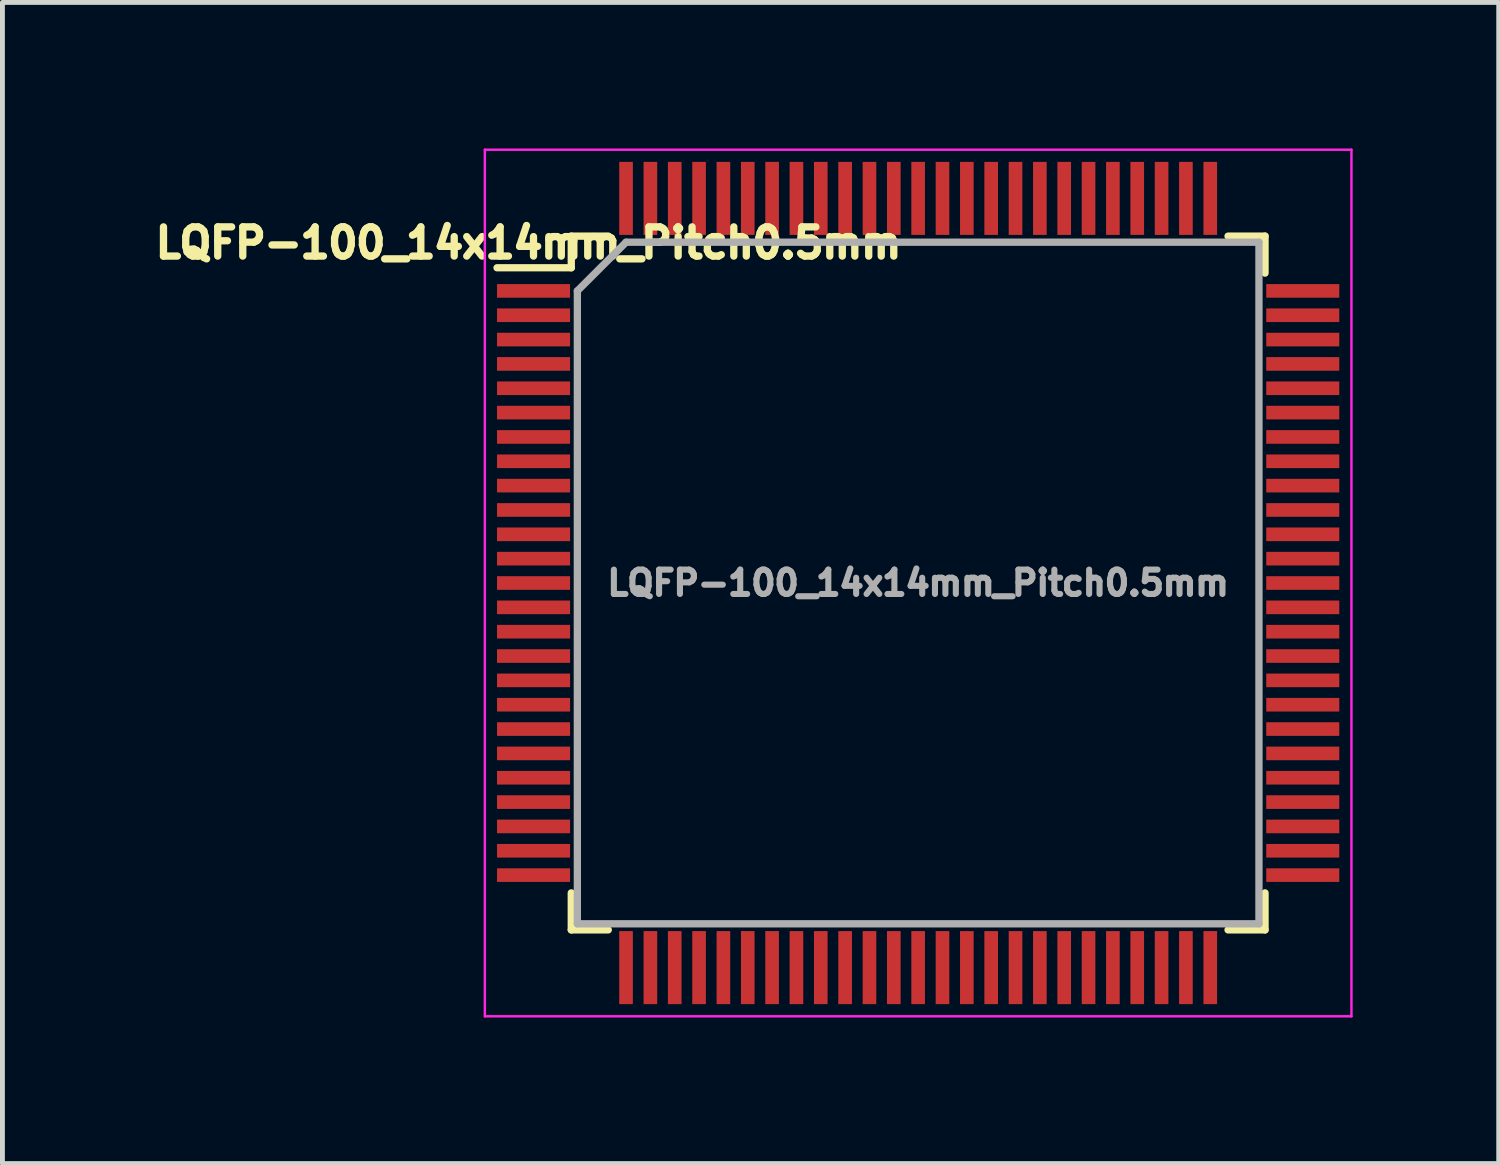
<source format=kicad_pcb>
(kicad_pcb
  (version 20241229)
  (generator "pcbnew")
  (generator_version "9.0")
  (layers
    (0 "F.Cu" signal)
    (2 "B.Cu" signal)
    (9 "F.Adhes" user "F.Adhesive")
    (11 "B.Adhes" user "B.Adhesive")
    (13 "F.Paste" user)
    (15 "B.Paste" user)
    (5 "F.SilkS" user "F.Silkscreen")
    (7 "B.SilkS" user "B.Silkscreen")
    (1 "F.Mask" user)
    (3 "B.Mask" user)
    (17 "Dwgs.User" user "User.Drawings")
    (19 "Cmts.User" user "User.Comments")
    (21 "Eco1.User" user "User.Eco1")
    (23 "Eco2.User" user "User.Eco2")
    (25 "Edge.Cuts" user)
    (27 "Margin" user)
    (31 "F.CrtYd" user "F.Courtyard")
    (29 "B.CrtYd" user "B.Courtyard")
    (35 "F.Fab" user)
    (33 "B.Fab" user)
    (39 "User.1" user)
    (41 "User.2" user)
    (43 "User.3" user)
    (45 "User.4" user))
  (footprint "LQFP-100_14x14mm_Pitch0.5mm"
    (layer "F.Cu")
    (at 15.809 8.925)
    (property "Reference" "LQFP-100_14x14mm_Pitch0.5mm" (at -8.001 -6.985 0) (layer "F.SilkS") (effects (font (size 0.6 0.6) (thickness 0.15))))
    (attr smd)
    (fp_line (start -7.125 -7.125) (end -7.125 -6.475) (stroke (width 0.15) (type solid)) (layer "F.SilkS"))
    (fp_line (start -7.125 -7.125) (end -6.365 -7.125) (stroke (width 0.15) (type solid)) (layer "F.SilkS"))
    (fp_line (start -7.125 -6.475) (end -8.65 -6.475) (stroke (width 0.15) (type solid)) (layer "F.SilkS"))
    (fp_line (start -7.125 7.125) (end -7.125 6.365) (stroke (width 0.15) (type solid)) (layer "F.SilkS"))
    (fp_line (start -7.125 7.125) (end -6.365 7.125) (stroke (width 0.15) (type solid)) (layer "F.SilkS"))
    (fp_line (start 7.125 -7.125) (end 6.365 -7.125) (stroke (width 0.15) (type solid)) (layer "F.SilkS"))
    (fp_line (start 7.125 -7.125) (end 7.125 -6.365) (stroke (width 0.15) (type solid)) (layer "F.SilkS"))
    (fp_line (start 7.125 7.125) (end 6.365 7.125) (stroke (width 0.15) (type solid)) (layer "F.SilkS"))
    (fp_line (start 7.125 7.125) (end 7.125 6.365) (stroke (width 0.15) (type solid)) (layer "F.SilkS"))
    (fp_line (start -8.9 -8.9) (end -8.9 8.9) (stroke (width 0.05) (type solid)) (layer "F.CrtYd"))
    (fp_line (start -8.9 -8.9) (end 8.9 -8.9) (stroke (width 0.05) (type solid)) (layer "F.CrtYd"))
    (fp_line (start -8.9 8.9) (end 8.9 8.9) (stroke (width 0.05) (type solid)) (layer "F.CrtYd"))
    (fp_line (start 8.9 -8.9) (end 8.9 8.9) (stroke (width 0.05) (type solid)) (layer "F.CrtYd"))
    (fp_line (start -7 -6) (end -6 -7) (stroke (width 0.15) (type solid)) (layer "F.Fab"))
    (fp_line (start -7 7) (end -7 -6) (stroke (width 0.15) (type solid)) (layer "F.Fab"))
    (fp_line (start -6 -7) (end 7 -7) (stroke (width 0.15) (type solid)) (layer "F.Fab"))
    (fp_line (start 7 -7) (end 7 7) (stroke (width 0.15) (type solid)) (layer "F.Fab"))
    (fp_line (start 7 7) (end -7 7) (stroke (width 0.15) (type solid)) (layer "F.Fab"))
    (fp_text user "${REFERENCE}" (at 0 0 0) (layer "F.Fab") (effects (font (size 0.5 0.5) (thickness 0.125))))
    (pad "1" smd rect (at -7.9 -6) (size 1.5 0.28) (layers "F.Cu" "F.Mask" "F.Paste"))
    (pad "2" smd rect (at -7.9 -5.5) (size 1.5 0.28) (layers "F.Cu" "F.Mask" "F.Paste"))
    (pad "3" smd rect (at -7.9 -5) (size 1.5 0.28) (layers "F.Cu" "F.Mask" "F.Paste"))
    (pad "4" smd rect (at -7.9 -4.5) (size 1.5 0.28) (layers "F.Cu" "F.Mask" "F.Paste"))
    (pad "5" smd rect (at -7.9 -4) (size 1.5 0.28) (layers "F.Cu" "F.Mask" "F.Paste"))
    (pad "6" smd rect (at -7.9 -3.5) (size 1.5 0.28) (layers "F.Cu" "F.Mask" "F.Paste"))
    (pad "7" smd rect (at -7.9 -3) (size 1.5 0.28) (layers "F.Cu" "F.Mask" "F.Paste"))
    (pad "8" smd rect (at -7.9 -2.5) (size 1.5 0.28) (layers "F.Cu" "F.Mask" "F.Paste"))
    (pad "9" smd rect (at -7.9 -2) (size 1.5 0.28) (layers "F.Cu" "F.Mask" "F.Paste"))
    (pad "10" smd rect (at -7.9 -1.5) (size 1.5 0.28) (layers "F.Cu" "F.Mask" "F.Paste"))
    (pad "11" smd rect (at -7.9 -1) (size 1.5 0.28) (layers "F.Cu" "F.Mask" "F.Paste"))
    (pad "12" smd rect (at -7.9 -0.5) (size 1.5 0.28) (layers "F.Cu" "F.Mask" "F.Paste"))
    (pad "13" smd rect (at -7.9 0) (size 1.5 0.28) (layers "F.Cu" "F.Mask" "F.Paste"))
    (pad "14" smd rect (at -7.9 0.5) (size 1.5 0.28) (layers "F.Cu" "F.Mask" "F.Paste"))
    (pad "15" smd rect (at -7.9 1) (size 1.5 0.28) (layers "F.Cu" "F.Mask" "F.Paste"))
    (pad "16" smd rect (at -7.9 1.5) (size 1.5 0.28) (layers "F.Cu" "F.Mask" "F.Paste"))
    (pad "17" smd rect (at -7.9 2) (size 1.5 0.28) (layers "F.Cu" "F.Mask" "F.Paste"))
    (pad "18" smd rect (at -7.9 2.5) (size 1.5 0.28) (layers "F.Cu" "F.Mask" "F.Paste"))
    (pad "19" smd rect (at -7.9 3) (size 1.5 0.28) (layers "F.Cu" "F.Mask" "F.Paste"))
    (pad "20" smd rect (at -7.9 3.5) (size 1.5 0.28) (layers "F.Cu" "F.Mask" "F.Paste"))
    (pad "21" smd rect (at -7.9 4) (size 1.5 0.28) (layers "F.Cu" "F.Mask" "F.Paste"))
    (pad "22" smd rect (at -7.9 4.5) (size 1.5 0.28) (layers "F.Cu" "F.Mask" "F.Paste"))
    (pad "23" smd rect (at -7.9 5) (size 1.5 0.28) (layers "F.Cu" "F.Mask" "F.Paste"))
    (pad "24" smd rect (at -7.9 5.5) (size 1.5 0.28) (layers "F.Cu" "F.Mask" "F.Paste"))
    (pad "25" smd rect (at -7.9 6) (size 1.5 0.28) (layers "F.Cu" "F.Mask" "F.Paste"))
    (pad "26" smd rect (at -6 7.9 90) (size 1.5 0.28) (layers "F.Cu" "F.Mask" "F.Paste"))
    (pad "27" smd rect (at -5.5 7.9 90) (size 1.5 0.28) (layers "F.Cu" "F.Mask" "F.Paste"))
    (pad "28" smd rect (at -5 7.9 90) (size 1.5 0.28) (layers "F.Cu" "F.Mask" "F.Paste"))
    (pad "29" smd rect (at -4.5 7.9 90) (size 1.5 0.28) (layers "F.Cu" "F.Mask" "F.Paste"))
    (pad "30" smd rect (at -4 7.9 90) (size 1.5 0.28) (layers "F.Cu" "F.Mask" "F.Paste"))
    (pad "31" smd rect (at -3.5 7.9 90) (size 1.5 0.28) (layers "F.Cu" "F.Mask" "F.Paste"))
    (pad "32" smd rect (at -3 7.9 90) (size 1.5 0.28) (layers "F.Cu" "F.Mask" "F.Paste"))
    (pad "33" smd rect (at -2.5 7.9 90) (size 1.5 0.28) (layers "F.Cu" "F.Mask" "F.Paste"))
    (pad "34" smd rect (at -2 7.9 90) (size 1.5 0.28) (layers "F.Cu" "F.Mask" "F.Paste"))
    (pad "35" smd rect (at -1.5 7.9 90) (size 1.5 0.28) (layers "F.Cu" "F.Mask" "F.Paste"))
    (pad "36" smd rect (at -1 7.9 90) (size 1.5 0.28) (layers "F.Cu" "F.Mask" "F.Paste"))
    (pad "37" smd rect (at -0.5 7.9 90) (size 1.5 0.28) (layers "F.Cu" "F.Mask" "F.Paste"))
    (pad "38" smd rect (at 0 7.9 90) (size 1.5 0.28) (layers "F.Cu" "F.Mask" "F.Paste"))
    (pad "39" smd rect (at 0.5 7.9 90) (size 1.5 0.28) (layers "F.Cu" "F.Mask" "F.Paste"))
    (pad "40" smd rect (at 1 7.9 90) (size 1.5 0.28) (layers "F.Cu" "F.Mask" "F.Paste"))
    (pad "41" smd rect (at 1.5 7.9 90) (size 1.5 0.28) (layers "F.Cu" "F.Mask" "F.Paste"))
    (pad "42" smd rect (at 2 7.9 90) (size 1.5 0.28) (layers "F.Cu" "F.Mask" "F.Paste"))
    (pad "43" smd rect (at 2.5 7.9 90) (size 1.5 0.28) (layers "F.Cu" "F.Mask" "F.Paste"))
    (pad "44" smd rect (at 3 7.9 90) (size 1.5 0.28) (layers "F.Cu" "F.Mask" "F.Paste"))
    (pad "45" smd rect (at 3.5 7.9 90) (size 1.5 0.28) (layers "F.Cu" "F.Mask" "F.Paste"))
    (pad "46" smd rect (at 4 7.9 90) (size 1.5 0.28) (layers "F.Cu" "F.Mask" "F.Paste"))
    (pad "47" smd rect (at 4.5 7.9 90) (size 1.5 0.28) (layers "F.Cu" "F.Mask" "F.Paste"))
    (pad "48" smd rect (at 5 7.9 90) (size 1.5 0.28) (layers "F.Cu" "F.Mask" "F.Paste"))
    (pad "49" smd rect (at 5.5 7.9 90) (size 1.5 0.28) (layers "F.Cu" "F.Mask" "F.Paste"))
    (pad "50" smd rect (at 6 7.9 90) (size 1.5 0.28) (layers "F.Cu" "F.Mask" "F.Paste"))
    (pad "51" smd rect (at 7.9 6) (size 1.5 0.28) (layers "F.Cu" "F.Mask" "F.Paste"))
    (pad "52" smd rect (at 7.9 5.5) (size 1.5 0.28) (layers "F.Cu" "F.Mask" "F.Paste"))
    (pad "53" smd rect (at 7.9 5) (size 1.5 0.28) (layers "F.Cu" "F.Mask" "F.Paste"))
    (pad "54" smd rect (at 7.9 4.5) (size 1.5 0.28) (layers "F.Cu" "F.Mask" "F.Paste"))
    (pad "55" smd rect (at 7.9 4) (size 1.5 0.28) (layers "F.Cu" "F.Mask" "F.Paste"))
    (pad "56" smd rect (at 7.9 3.5) (size 1.5 0.28) (layers "F.Cu" "F.Mask" "F.Paste"))
    (pad "57" smd rect (at 7.9 3) (size 1.5 0.28) (layers "F.Cu" "F.Mask" "F.Paste"))
    (pad "58" smd rect (at 7.9 2.5) (size 1.5 0.28) (layers "F.Cu" "F.Mask" "F.Paste"))
    (pad "59" smd rect (at 7.9 2) (size 1.5 0.28) (layers "F.Cu" "F.Mask" "F.Paste"))
    (pad "60" smd rect (at 7.9 1.5) (size 1.5 0.28) (layers "F.Cu" "F.Mask" "F.Paste"))
    (pad "61" smd rect (at 7.9 1) (size 1.5 0.28) (layers "F.Cu" "F.Mask" "F.Paste"))
    (pad "62" smd rect (at 7.9 0.5) (size 1.5 0.28) (layers "F.Cu" "F.Mask" "F.Paste"))
    (pad "63" smd rect (at 7.9 0) (size 1.5 0.28) (layers "F.Cu" "F.Mask" "F.Paste"))
    (pad "64" smd rect (at 7.9 -0.5) (size 1.5 0.28) (layers "F.Cu" "F.Mask" "F.Paste"))
    (pad "65" smd rect (at 7.9 -1) (size 1.5 0.28) (layers "F.Cu" "F.Mask" "F.Paste"))
    (pad "66" smd rect (at 7.9 -1.5) (size 1.5 0.28) (layers "F.Cu" "F.Mask" "F.Paste"))
    (pad "67" smd rect (at 7.9 -2) (size 1.5 0.28) (layers "F.Cu" "F.Mask" "F.Paste"))
    (pad "68" smd rect (at 7.9 -2.5) (size 1.5 0.28) (layers "F.Cu" "F.Mask" "F.Paste"))
    (pad "69" smd rect (at 7.9 -3) (size 1.5 0.28) (layers "F.Cu" "F.Mask" "F.Paste"))
    (pad "70" smd rect (at 7.9 -3.5) (size 1.5 0.28) (layers "F.Cu" "F.Mask" "F.Paste"))
    (pad "71" smd rect (at 7.9 -4) (size 1.5 0.28) (layers "F.Cu" "F.Mask" "F.Paste"))
    (pad "72" smd rect (at 7.9 -4.5) (size 1.5 0.28) (layers "F.Cu" "F.Mask" "F.Paste"))
    (pad "73" smd rect (at 7.9 -5) (size 1.5 0.28) (layers "F.Cu" "F.Mask" "F.Paste"))
    (pad "74" smd rect (at 7.9 -5.5) (size 1.5 0.28) (layers "F.Cu" "F.Mask" "F.Paste"))
    (pad "75" smd rect (at 7.9 -6) (size 1.5 0.28) (layers "F.Cu" "F.Mask" "F.Paste"))
    (pad "76" smd rect (at 6 -7.9 90) (size 1.5 0.28) (layers "F.Cu" "F.Mask" "F.Paste"))
    (pad "77" smd rect (at 5.5 -7.9 90) (size 1.5 0.28) (layers "F.Cu" "F.Mask" "F.Paste"))
    (pad "78" smd rect (at 5 -7.9 90) (size 1.5 0.28) (layers "F.Cu" "F.Mask" "F.Paste"))
    (pad "79" smd rect (at 4.5 -7.9 90) (size 1.5 0.28) (layers "F.Cu" "F.Mask" "F.Paste"))
    (pad "80" smd rect (at 4 -7.9 90) (size 1.5 0.28) (layers "F.Cu" "F.Mask" "F.Paste"))
    (pad "81" smd rect (at 3.5 -7.9 90) (size 1.5 0.28) (layers "F.Cu" "F.Mask" "F.Paste"))
    (pad "82" smd rect (at 3 -7.9 90) (size 1.5 0.28) (layers "F.Cu" "F.Mask" "F.Paste"))
    (pad "83" smd rect (at 2.5 -7.9 90) (size 1.5 0.28) (layers "F.Cu" "F.Mask" "F.Paste"))
    (pad "84" smd rect (at 2 -7.9 90) (size 1.5 0.28) (layers "F.Cu" "F.Mask" "F.Paste"))
    (pad "85" smd rect (at 1.5 -7.9 90) (size 1.5 0.28) (layers "F.Cu" "F.Mask" "F.Paste"))
    (pad "86" smd rect (at 1 -7.9 90) (size 1.5 0.28) (layers "F.Cu" "F.Mask" "F.Paste"))
    (pad "87" smd rect (at 0.5 -7.9 90) (size 1.5 0.28) (layers "F.Cu" "F.Mask" "F.Paste"))
    (pad "88" smd rect (at 0 -7.9 90) (size 1.5 0.28) (layers "F.Cu" "F.Mask" "F.Paste"))
    (pad "89" smd rect (at -0.5 -7.9 90) (size 1.5 0.28) (layers "F.Cu" "F.Mask" "F.Paste"))
    (pad "90" smd rect (at -1 -7.9 90) (size 1.5 0.28) (layers "F.Cu" "F.Mask" "F.Paste"))
    (pad "91" smd rect (at -1.5 -7.9 90) (size 1.5 0.28) (layers "F.Cu" "F.Mask" "F.Paste"))
    (pad "92" smd rect (at -2 -7.9 90) (size 1.5 0.28) (layers "F.Cu" "F.Mask" "F.Paste"))
    (pad "93" smd rect (at -2.5 -7.9 90) (size 1.5 0.28) (layers "F.Cu" "F.Mask" "F.Paste"))
    (pad "94" smd rect (at -3 -7.9 90) (size 1.5 0.28) (layers "F.Cu" "F.Mask" "F.Paste"))
    (pad "95" smd rect (at -3.5 -7.9 90) (size 1.5 0.28) (layers "F.Cu" "F.Mask" "F.Paste"))
    (pad "96" smd rect (at -4 -7.9 90) (size 1.5 0.28) (layers "F.Cu" "F.Mask" "F.Paste"))
    (pad "97" smd rect (at -4.5 -7.9 90) (size 1.5 0.28) (layers "F.Cu" "F.Mask" "F.Paste"))
    (pad "98" smd rect (at -5 -7.9 90) (size 1.5 0.28) (layers "F.Cu" "F.Mask" "F.Paste"))
    (pad "99" smd rect (at -5.5 -7.9 90) (size 1.5 0.28) (layers "F.Cu" "F.Mask" "F.Paste"))
    (pad "100" smd rect (at -6 -7.9 90) (size 1.5 0.28) (layers "F.Cu" "F.Mask" "F.Paste")))
  (gr_rect
    (start -3 -3)
    (end 27.734 20.85)
    (stroke (width 0.1) (type default))
    (fill no)
    (layer "Edge.Cuts")))
</source>
